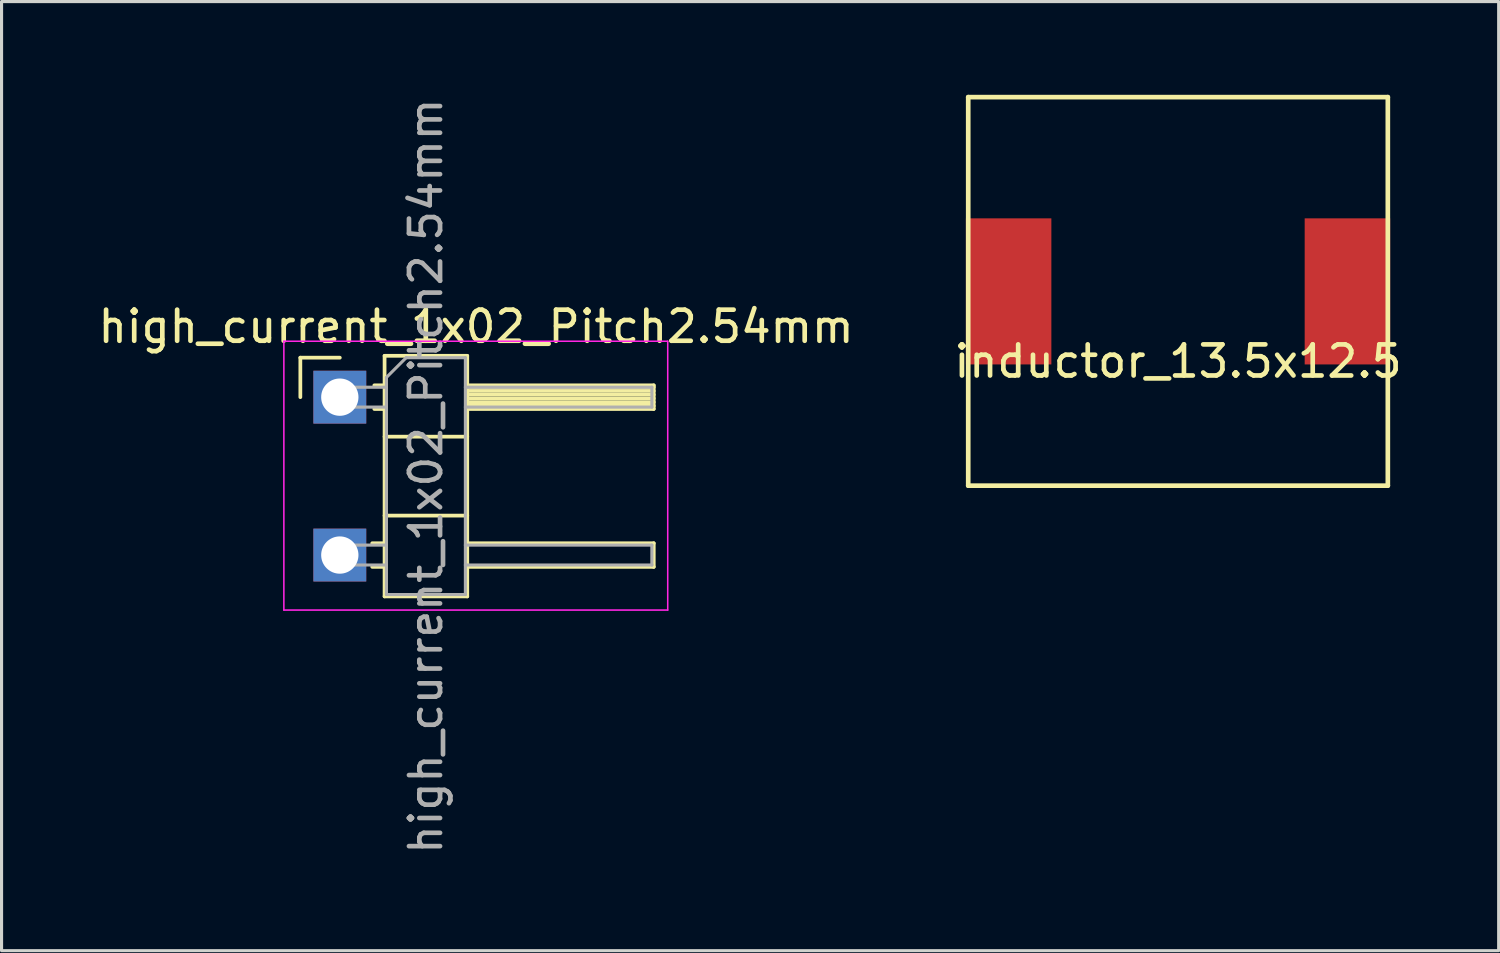
<source format=kicad_pcb>
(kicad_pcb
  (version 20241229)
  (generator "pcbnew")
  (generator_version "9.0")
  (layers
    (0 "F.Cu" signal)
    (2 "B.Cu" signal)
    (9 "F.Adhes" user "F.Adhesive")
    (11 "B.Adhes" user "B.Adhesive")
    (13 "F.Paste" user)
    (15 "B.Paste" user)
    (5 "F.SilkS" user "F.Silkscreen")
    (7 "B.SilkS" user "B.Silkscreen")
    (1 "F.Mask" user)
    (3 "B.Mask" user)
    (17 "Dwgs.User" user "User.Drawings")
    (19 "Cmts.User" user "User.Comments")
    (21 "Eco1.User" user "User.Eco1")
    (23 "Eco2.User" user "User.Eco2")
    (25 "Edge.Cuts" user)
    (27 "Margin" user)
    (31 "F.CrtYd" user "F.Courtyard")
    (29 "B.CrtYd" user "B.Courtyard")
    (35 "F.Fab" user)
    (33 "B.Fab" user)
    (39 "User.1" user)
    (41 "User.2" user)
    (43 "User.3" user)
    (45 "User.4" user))
  (footprint "high_current_1x02_Pitch2.54mm"
    (layer "F.Cu")
    (at 7.883 9.728)
    (property "Reference" "high_current_1x02_Pitch2.54mm" (at 4.385 -2.27 0) (layer "F.SilkS") (effects (font (size 1 1) (thickness 0.15))))
    (attr through_hole)
    (fp_line (start -1.27 -1.27) (end 0 -1.27) (stroke (width 0.12) (type solid)) (layer "F.SilkS"))
    (fp_line (start -1.27 0) (end -1.27 -1.27) (stroke (width 0.12) (type solid)) (layer "F.SilkS"))
    (fp_line (start 1.043 4.7) (end 1.44 4.7) (stroke (width 0.12) (type solid)) (layer "F.SilkS"))
    (fp_line (start 1.043 5.46) (end 1.44 5.46) (stroke (width 0.12) (type solid)) (layer "F.SilkS"))
    (fp_line (start 1.11 -0.38) (end 1.44 -0.38) (stroke (width 0.12) (type solid)) (layer "F.SilkS"))
    (fp_line (start 1.11 0.38) (end 1.44 0.38) (stroke (width 0.12) (type solid)) (layer "F.SilkS"))
    (fp_line (start 1.44 -1.33) (end 1.44 6.41) (stroke (width 0.12) (type solid)) (layer "F.SilkS"))
    (fp_line (start 1.44 1.27) (end 4.1 1.27) (stroke (width 0.12) (type solid)) (layer "F.SilkS"))
    (fp_line (start 1.44 3.81) (end 4.1 3.81) (stroke (width 0.12) (type solid)) (layer "F.SilkS"))
    (fp_line (start 1.44 6.41) (end 4.1 6.41) (stroke (width 0.12) (type solid)) (layer "F.SilkS"))
    (fp_line (start 4.1 -1.33) (end 1.44 -1.33) (stroke (width 0.12) (type solid)) (layer "F.SilkS"))
    (fp_line (start 4.1 -0.38) (end 10.1 -0.38) (stroke (width 0.12) (type solid)) (layer "F.SilkS"))
    (fp_line (start 4.1 -0.32) (end 10.1 -0.32) (stroke (width 0.12) (type solid)) (layer "F.SilkS"))
    (fp_line (start 4.1 -0.2) (end 10.1 -0.2) (stroke (width 0.12) (type solid)) (layer "F.SilkS"))
    (fp_line (start 4.1 -0.08) (end 10.1 -0.08) (stroke (width 0.12) (type solid)) (layer "F.SilkS"))
    (fp_line (start 4.1 0.04) (end 10.1 0.04) (stroke (width 0.12) (type solid)) (layer "F.SilkS"))
    (fp_line (start 4.1 0.16) (end 10.1 0.16) (stroke (width 0.12) (type solid)) (layer "F.SilkS"))
    (fp_line (start 4.1 0.28) (end 10.1 0.28) (stroke (width 0.12) (type solid)) (layer "F.SilkS"))
    (fp_line (start 4.1 4.7) (end 10.1 4.7) (stroke (width 0.12) (type solid)) (layer "F.SilkS"))
    (fp_line (start 4.1 6.41) (end 4.1 -1.33) (stroke (width 0.12) (type solid)) (layer "F.SilkS"))
    (fp_line (start 10.1 -0.38) (end 10.1 0.38) (stroke (width 0.12) (type solid)) (layer "F.SilkS"))
    (fp_line (start 10.1 0.38) (end 4.1 0.38) (stroke (width 0.12) (type solid)) (layer "F.SilkS"))
    (fp_line (start 10.1 4.7) (end 10.1 5.46) (stroke (width 0.12) (type solid)) (layer "F.SilkS"))
    (fp_line (start 10.1 5.46) (end 4.1 5.46) (stroke (width 0.12) (type solid)) (layer "F.SilkS"))
    (fp_line (start -1.8 -1.8) (end -1.8 6.85) (stroke (width 0.05) (type solid)) (layer "F.CrtYd"))
    (fp_line (start -1.8 6.85) (end 10.55 6.85) (stroke (width 0.05) (type solid)) (layer "F.CrtYd"))
    (fp_line (start 10.55 -1.8) (end -1.8 -1.8) (stroke (width 0.05) (type solid)) (layer "F.CrtYd"))
    (fp_line (start 10.55 6.85) (end 10.55 -1.8) (stroke (width 0.05) (type solid)) (layer "F.CrtYd"))
    (fp_line (start -0.32 -0.32) (end -0.32 0.32) (stroke (width 0.1) (type solid)) (layer "F.Fab"))
    (fp_line (start -0.32 -0.32) (end 1.5 -0.32) (stroke (width 0.1) (type solid)) (layer "F.Fab"))
    (fp_line (start -0.32 0.32) (end 1.5 0.32) (stroke (width 0.1) (type solid)) (layer "F.Fab"))
    (fp_line (start -0.32 4.76) (end -0.32 5.4) (stroke (width 0.1) (type solid)) (layer "F.Fab"))
    (fp_line (start -0.32 4.76) (end 1.5 4.76) (stroke (width 0.1) (type solid)) (layer "F.Fab"))
    (fp_line (start -0.32 5.4) (end 1.5 5.4) (stroke (width 0.1) (type solid)) (layer "F.Fab"))
    (fp_line (start 1.5 -0.635) (end 2.135 -1.27) (stroke (width 0.1) (type solid)) (layer "F.Fab"))
    (fp_line (start 1.5 6.35) (end 1.5 -0.635) (stroke (width 0.1) (type solid)) (layer "F.Fab"))
    (fp_line (start 2.135 -1.27) (end 4.04 -1.27) (stroke (width 0.1) (type solid)) (layer "F.Fab"))
    (fp_line (start 4.04 -1.27) (end 4.04 6.35) (stroke (width 0.1) (type solid)) (layer "F.Fab"))
    (fp_line (start 4.04 -0.32) (end 10.04 -0.32) (stroke (width 0.1) (type solid)) (layer "F.Fab"))
    (fp_line (start 4.04 0.32) (end 10.04 0.32) (stroke (width 0.1) (type solid)) (layer "F.Fab"))
    (fp_line (start 4.04 4.76) (end 10.04 4.76) (stroke (width 0.1) (type solid)) (layer "F.Fab"))
    (fp_line (start 4.04 5.4) (end 10.04 5.4) (stroke (width 0.1) (type solid)) (layer "F.Fab"))
    (fp_line (start 4.04 6.35) (end 1.5 6.35) (stroke (width 0.1) (type solid)) (layer "F.Fab"))
    (fp_line (start 10.04 -0.32) (end 10.04 0.32) (stroke (width 0.1) (type solid)) (layer "F.Fab"))
    (fp_line (start 10.04 4.76) (end 10.04 5.4) (stroke (width 0.1) (type solid)) (layer "F.Fab"))
    (fp_text user "${REFERENCE}" (at 2.77 2.54 90) (layer "F.Fab") (effects (font (size 1 1) (thickness 0.15))))
    (pad "1" thru_hole rect (at 0 0) (size 1.7 1.7) (drill 1.2) (layers "*.Cu" "*.Mask"))
    (pad "3" thru_hole rect (at 0 5.08) (size 1.7 1.7) (drill 1.2) (layers "*.Cu" "*.Mask")))
  (footprint "inductor_13.5x12.5"
    (layer "F.Cu")
    (at 34.851 6.325)
    (property "Reference" "inductor_13.5x12.5" (at 0 2.25 0) (layer "F.SilkS") (effects (font (size 1 1) (thickness 0.15))))
    (attr through_hole)
    (fp_line (start -6.75 -6.25) (end -6.75 6.25) (stroke (width 0.15) (type solid)) (layer "F.SilkS"))
    (fp_line (start -6.75 6.25) (end 6.75 6.25) (stroke (width 0.15) (type solid)) (layer "F.SilkS"))
    (fp_line (start 6.75 -6.25) (end -6.75 -6.25) (stroke (width 0.15) (type solid)) (layer "F.SilkS"))
    (fp_line (start 6.75 6.25) (end 6.75 -6.25) (stroke (width 0.15) (type solid)) (layer "F.SilkS"))
    (pad "1" smd rect (at -5.45 0) (size 2.75 4.7) (layers "F.Cu" "F.Mask" "F.Paste"))
    (pad "2" smd rect (at 5.45 0) (size 2.75 4.7) (layers "F.Cu" "F.Mask" "F.Paste")))
  (gr_rect
    (start -3 -3)
    (end 45.167 27.536)
    (stroke (width 0.1) (type default))
    (fill no)
    (layer "Edge.Cuts")))
</source>
